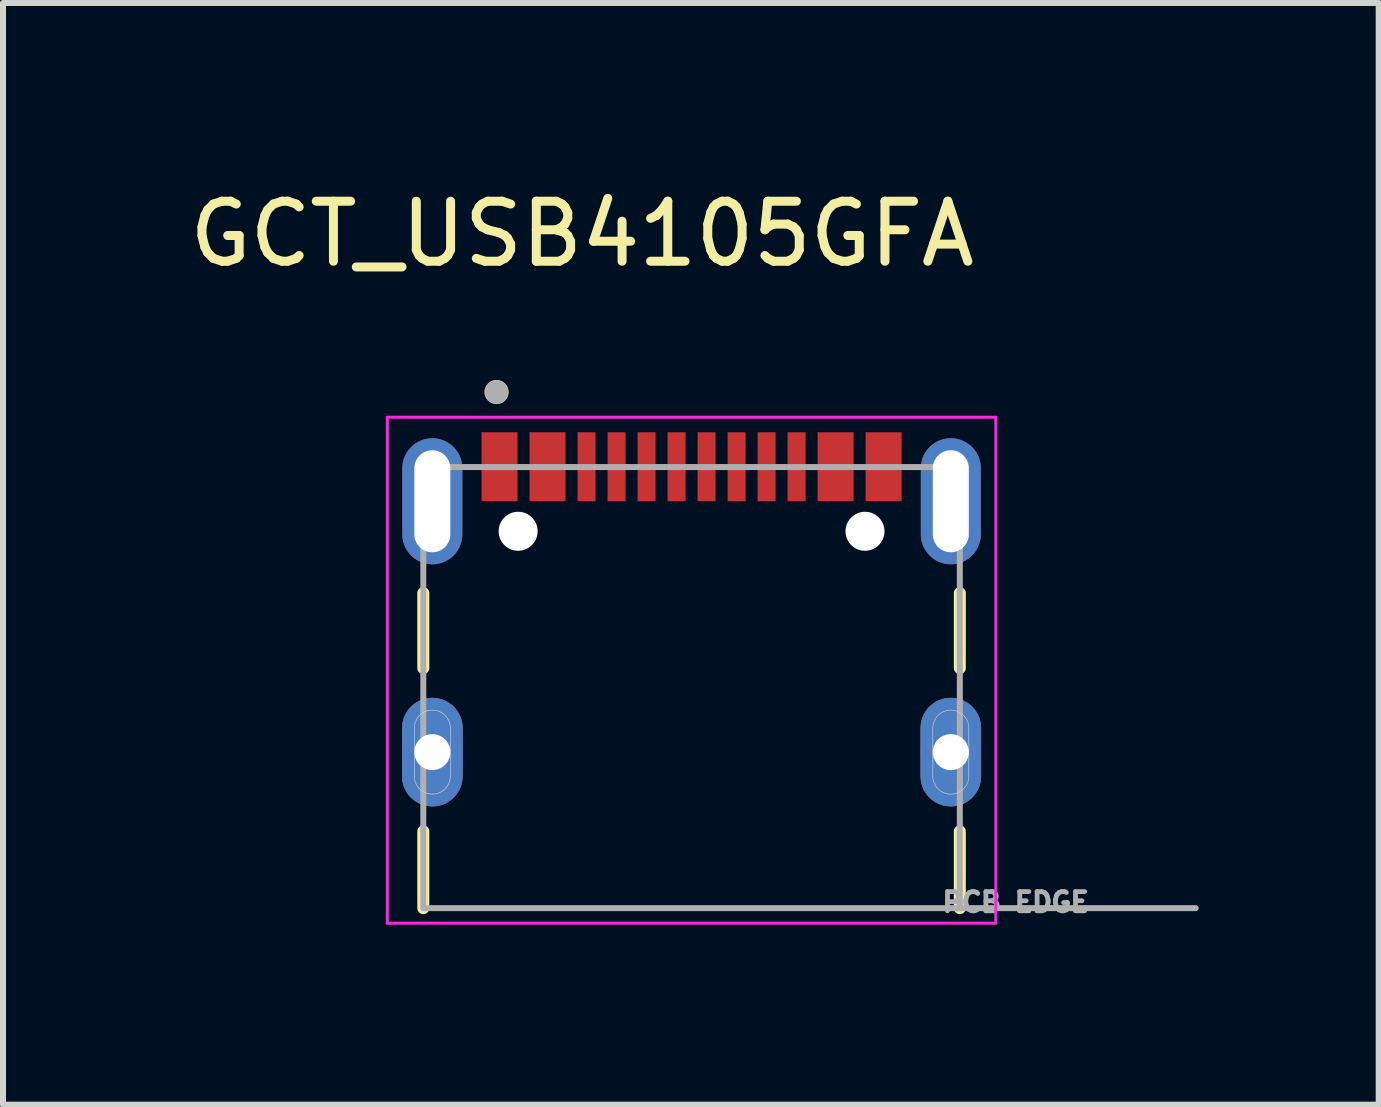
<source format=kicad_pcb>
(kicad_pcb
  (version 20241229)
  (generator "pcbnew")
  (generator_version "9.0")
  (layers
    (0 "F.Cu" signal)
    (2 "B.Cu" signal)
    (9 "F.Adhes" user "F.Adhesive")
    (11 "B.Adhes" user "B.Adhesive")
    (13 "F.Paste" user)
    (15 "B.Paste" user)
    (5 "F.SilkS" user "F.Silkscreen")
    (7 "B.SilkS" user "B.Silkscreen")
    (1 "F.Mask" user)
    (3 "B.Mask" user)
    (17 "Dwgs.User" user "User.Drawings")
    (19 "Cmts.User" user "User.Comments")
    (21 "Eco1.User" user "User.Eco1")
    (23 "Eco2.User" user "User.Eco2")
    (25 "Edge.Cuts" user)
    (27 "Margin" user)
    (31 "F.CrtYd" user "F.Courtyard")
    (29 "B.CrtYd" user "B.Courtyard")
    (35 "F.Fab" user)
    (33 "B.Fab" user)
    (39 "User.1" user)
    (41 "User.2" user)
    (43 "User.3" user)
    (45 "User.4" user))
  (footprint "GCT_USB4105GFA"
    (layer "F.Cu")
    (at 8.474 9.483)
    (property "Reference" "GCT_USB4105GFA" (at -1.825 -8.635 0) (layer "F.SilkS") (effects (font (size 1 1) (thickness 0.15))))
    (attr smd)
    (fp_poly (pts (xy -4.82 0) (xy -4.82 -0.4) (xy -4.819 -0.426) (xy -4.817 -0.452) (xy -4.814 -0.478) (xy -4.809 -0.504) (xy -4.803 -0.529) (xy -4.796 -0.555) (xy -4.787 -0.579) (xy -4.777 -0.603) (xy -4.766 -0.627) (xy -4.753 -0.65) (xy -4.739 -0.672) (xy -4.725 -0.694) (xy -4.709 -0.715) (xy -4.692 -0.735) (xy -4.674 -0.754) (xy -4.655 -0.772) (xy -4.635 -0.789) (xy -4.614 -0.805) (xy -4.592 -0.819) (xy -4.57 -0.833) (xy -4.547 -0.846) (xy -4.523 -0.857) (xy -4.499 -0.867) (xy -4.475 -0.876) (xy -4.449 -0.883) (xy -4.424 -0.889) (xy -4.398 -0.894) (xy -4.372 -0.897) (xy -4.346 -0.899) (xy -4.32 -0.9) (xy -4.294 -0.899) (xy -4.268 -0.897) (xy -4.242 -0.894) (xy -4.216 -0.889) (xy -4.191 -0.883) (xy -4.165 -0.876) (xy -4.141 -0.867) (xy -4.117 -0.857) (xy -4.093 -0.846) (xy -4.07 -0.833) (xy -4.048 -0.819) (xy -4.026 -0.805) (xy -4.005 -0.789) (xy -3.985 -0.772) (xy -3.966 -0.754) (xy -3.948 -0.735) (xy -3.931 -0.715) (xy -3.915 -0.694) (xy -3.901 -0.672) (xy -3.887 -0.65) (xy -3.874 -0.627) (xy -3.863 -0.603) (xy -3.853 -0.579) (xy -3.844 -0.555) (xy -3.837 -0.529) (xy -3.831 -0.504) (xy -3.826 -0.478) (xy -3.823 -0.452) (xy -3.821 -0.426) (xy -3.82 -0.4) (xy -3.82 0) (xy -3.82 0.4) (xy -3.821 0.426) (xy -3.823 0.452) (xy -3.826 0.478) (xy -3.831 0.504) (xy -3.837 0.529) (xy -3.844 0.555) (xy -3.853 0.579) (xy -3.863 0.603) (xy -3.874 0.627) (xy -3.887 0.65) (xy -3.901 0.672) (xy -3.915 0.694) (xy -3.931 0.715) (xy -3.948 0.735) (xy -3.966 0.754) (xy -3.985 0.772) (xy -4.005 0.789) (xy -4.026 0.805) (xy -4.048 0.819) (xy -4.07 0.833) (xy -4.093 0.846) (xy -4.117 0.857) (xy -4.141 0.867) (xy -4.165 0.876) (xy -4.191 0.883) (xy -4.216 0.889) (xy -4.242 0.894) (xy -4.268 0.897) (xy -4.294 0.899) (xy -4.32 0.9) (xy -4.346 0.899) (xy -4.372 0.897) (xy -4.398 0.894) (xy -4.424 0.889) (xy -4.449 0.883) (xy -4.475 0.876) (xy -4.499 0.867) (xy -4.523 0.857) (xy -4.547 0.846) (xy -4.57 0.833) (xy -4.592 0.819) (xy -4.614 0.805) (xy -4.635 0.789) (xy -4.655 0.772) (xy -4.674 0.754) (xy -4.692 0.735) (xy -4.709 0.715) (xy -4.725 0.694) (xy -4.739 0.672) (xy -4.753 0.65) (xy -4.766 0.627) (xy -4.777 0.603) (xy -4.787 0.579) (xy -4.796 0.555) (xy -4.803 0.529) (xy -4.809 0.504) (xy -4.814 0.478) (xy -4.817 0.452) (xy -4.819 0.426) (xy -4.82 0.4) (xy -4.82 0)) (stroke (width 0.01) (type solid)) (fill yes) (layer "F.Cu"))
    (fp_poly (pts (xy 3.82 0) (xy 3.82 -0.4) (xy 3.821 -0.426) (xy 3.823 -0.452) (xy 3.826 -0.478) (xy 3.831 -0.504) (xy 3.837 -0.529) (xy 3.844 -0.555) (xy 3.853 -0.579) (xy 3.863 -0.603) (xy 3.874 -0.627) (xy 3.887 -0.65) (xy 3.901 -0.672) (xy 3.915 -0.694) (xy 3.931 -0.715) (xy 3.948 -0.735) (xy 3.966 -0.754) (xy 3.985 -0.772) (xy 4.005 -0.789) (xy 4.026 -0.805) (xy 4.048 -0.819) (xy 4.07 -0.833) (xy 4.093 -0.846) (xy 4.117 -0.857) (xy 4.141 -0.867) (xy 4.165 -0.876) (xy 4.191 -0.883) (xy 4.216 -0.889) (xy 4.242 -0.894) (xy 4.268 -0.897) (xy 4.294 -0.899) (xy 4.32 -0.9) (xy 4.346 -0.899) (xy 4.372 -0.897) (xy 4.398 -0.894) (xy 4.424 -0.889) (xy 4.449 -0.883) (xy 4.475 -0.876) (xy 4.499 -0.867) (xy 4.523 -0.857) (xy 4.547 -0.846) (xy 4.57 -0.833) (xy 4.592 -0.819) (xy 4.614 -0.805) (xy 4.635 -0.789) (xy 4.655 -0.772) (xy 4.674 -0.754) (xy 4.692 -0.735) (xy 4.709 -0.715) (xy 4.725 -0.694) (xy 4.739 -0.672) (xy 4.753 -0.65) (xy 4.766 -0.627) (xy 4.777 -0.603) (xy 4.787 -0.579) (xy 4.796 -0.555) (xy 4.803 -0.529) (xy 4.809 -0.504) (xy 4.814 -0.478) (xy 4.817 -0.452) (xy 4.819 -0.426) (xy 4.82 -0.4) (xy 4.82 0) (xy 4.82 0.4) (xy 4.819 0.426) (xy 4.817 0.452) (xy 4.814 0.478) (xy 4.809 0.504) (xy 4.803 0.529) (xy 4.796 0.555) (xy 4.787 0.579) (xy 4.777 0.603) (xy 4.766 0.627) (xy 4.753 0.65) (xy 4.739 0.672) (xy 4.725 0.694) (xy 4.709 0.715) (xy 4.692 0.735) (xy 4.674 0.754) (xy 4.655 0.772) (xy 4.635 0.789) (xy 4.614 0.805) (xy 4.592 0.819) (xy 4.57 0.833) (xy 4.547 0.846) (xy 4.523 0.857) (xy 4.499 0.867) (xy 4.475 0.876) (xy 4.449 0.883) (xy 4.424 0.889) (xy 4.398 0.894) (xy 4.372 0.897) (xy 4.346 0.899) (xy 4.32 0.9) (xy 4.294 0.899) (xy 4.268 0.897) (xy 4.242 0.894) (xy 4.216 0.889) (xy 4.191 0.883) (xy 4.165 0.876) (xy 4.141 0.867) (xy 4.117 0.857) (xy 4.093 0.846) (xy 4.07 0.833) (xy 4.048 0.819) (xy 4.026 0.805) (xy 4.005 0.789) (xy 3.985 0.772) (xy 3.966 0.754) (xy 3.948 0.735) (xy 3.931 0.715) (xy 3.915 0.694) (xy 3.901 0.672) (xy 3.887 0.65) (xy 3.874 0.627) (xy 3.863 0.603) (xy 3.853 0.579) (xy 3.844 0.555) (xy 3.837 0.529) (xy 3.831 0.504) (xy 3.826 0.478) (xy 3.823 0.452) (xy 3.821 0.426) (xy 3.82 0.4) (xy 3.82 0)) (stroke (width 0.01) (type solid)) (fill yes) (layer "F.Cu"))
    (fp_poly (pts (xy -4.92 0) (xy -4.92 -0.4) (xy -4.919 -0.431) (xy -4.917 -0.463) (xy -4.913 -0.494) (xy -4.907 -0.525) (xy -4.9 -0.555) (xy -4.891 -0.585) (xy -4.88 -0.615) (xy -4.868 -0.644) (xy -4.855 -0.672) (xy -4.84 -0.7) (xy -4.823 -0.727) (xy -4.805 -0.753) (xy -4.786 -0.778) (xy -4.766 -0.801) (xy -4.744 -0.824) (xy -4.721 -0.846) (xy -4.698 -0.866) (xy -4.673 -0.885) (xy -4.647 -0.903) (xy -4.62 -0.92) (xy -4.592 -0.935) (xy -4.564 -0.948) (xy -4.535 -0.96) (xy -4.505 -0.971) (xy -4.475 -0.98) (xy -4.445 -0.987) (xy -4.414 -0.993) (xy -4.383 -0.997) (xy -4.351 -0.999) (xy -4.32 -1) (xy -4.289 -0.999) (xy -4.257 -0.997) (xy -4.226 -0.993) (xy -4.195 -0.987) (xy -4.165 -0.98) (xy -4.135 -0.971) (xy -4.105 -0.96) (xy -4.076 -0.948) (xy -4.048 -0.935) (xy -4.02 -0.92) (xy -3.993 -0.903) (xy -3.967 -0.885) (xy -3.942 -0.866) (xy -3.919 -0.846) (xy -3.896 -0.824) (xy -3.874 -0.801) (xy -3.854 -0.778) (xy -3.835 -0.753) (xy -3.817 -0.727) (xy -3.8 -0.7) (xy -3.785 -0.672) (xy -3.772 -0.644) (xy -3.76 -0.615) (xy -3.749 -0.585) (xy -3.74 -0.555) (xy -3.733 -0.525) (xy -3.727 -0.494) (xy -3.723 -0.463) (xy -3.721 -0.431) (xy -3.72 -0.4) (xy -3.72 0) (xy -3.72 0.4) (xy -3.721 0.431) (xy -3.723 0.463) (xy -3.727 0.494) (xy -3.733 0.525) (xy -3.74 0.555) (xy -3.749 0.585) (xy -3.76 0.615) (xy -3.772 0.644) (xy -3.785 0.672) (xy -3.8 0.7) (xy -3.817 0.727) (xy -3.835 0.753) (xy -3.854 0.778) (xy -3.874 0.801) (xy -3.896 0.824) (xy -3.919 0.846) (xy -3.942 0.866) (xy -3.967 0.885) (xy -3.993 0.903) (xy -4.02 0.92) (xy -4.048 0.935) (xy -4.076 0.948) (xy -4.105 0.96) (xy -4.135 0.971) (xy -4.165 0.98) (xy -4.195 0.987) (xy -4.226 0.993) (xy -4.257 0.997) (xy -4.289 0.999) (xy -4.32 1) (xy -4.351 0.999) (xy -4.383 0.997) (xy -4.414 0.993) (xy -4.445 0.987) (xy -4.475 0.98) (xy -4.505 0.971) (xy -4.535 0.96) (xy -4.564 0.948) (xy -4.592 0.935) (xy -4.62 0.92) (xy -4.647 0.903) (xy -4.673 0.885) (xy -4.698 0.866) (xy -4.721 0.846) (xy -4.744 0.824) (xy -4.766 0.801) (xy -4.786 0.778) (xy -4.805 0.753) (xy -4.823 0.727) (xy -4.84 0.7) (xy -4.855 0.672) (xy -4.868 0.644) (xy -4.88 0.615) (xy -4.891 0.585) (xy -4.9 0.555) (xy -4.907 0.525) (xy -4.913 0.494) (xy -4.917 0.463) (xy -4.919 0.431) (xy -4.92 0.4) (xy -4.92 0)) (stroke (width 0.01) (type solid)) (fill yes) (layer "F.Mask"))
    (fp_poly (pts (xy 3.72 0) (xy 3.72 -0.4) (xy 3.721 -0.431) (xy 3.723 -0.463) (xy 3.727 -0.494) (xy 3.733 -0.525) (xy 3.74 -0.555) (xy 3.749 -0.585) (xy 3.76 -0.615) (xy 3.772 -0.644) (xy 3.785 -0.672) (xy 3.8 -0.7) (xy 3.817 -0.727) (xy 3.835 -0.753) (xy 3.854 -0.778) (xy 3.874 -0.801) (xy 3.896 -0.824) (xy 3.919 -0.846) (xy 3.942 -0.866) (xy 3.967 -0.885) (xy 3.993 -0.903) (xy 4.02 -0.92) (xy 4.048 -0.935) (xy 4.076 -0.948) (xy 4.105 -0.96) (xy 4.135 -0.971) (xy 4.165 -0.98) (xy 4.195 -0.987) (xy 4.226 -0.993) (xy 4.257 -0.997) (xy 4.289 -0.999) (xy 4.32 -1) (xy 4.351 -0.999) (xy 4.383 -0.997) (xy 4.414 -0.993) (xy 4.445 -0.987) (xy 4.475 -0.98) (xy 4.505 -0.971) (xy 4.535 -0.96) (xy 4.564 -0.948) (xy 4.592 -0.935) (xy 4.62 -0.92) (xy 4.647 -0.903) (xy 4.673 -0.885) (xy 4.698 -0.866) (xy 4.721 -0.846) (xy 4.744 -0.824) (xy 4.766 -0.801) (xy 4.786 -0.778) (xy 4.805 -0.753) (xy 4.823 -0.727) (xy 4.84 -0.7) (xy 4.855 -0.672) (xy 4.868 -0.644) (xy 4.88 -0.615) (xy 4.891 -0.585) (xy 4.9 -0.555) (xy 4.907 -0.525) (xy 4.913 -0.494) (xy 4.917 -0.463) (xy 4.919 -0.431) (xy 4.92 -0.4) (xy 4.92 0) (xy 4.92 0.4) (xy 4.919 0.431) (xy 4.917 0.463) (xy 4.913 0.494) (xy 4.907 0.525) (xy 4.9 0.555) (xy 4.891 0.585) (xy 4.88 0.615) (xy 4.868 0.644) (xy 4.855 0.672) (xy 4.84 0.7) (xy 4.823 0.727) (xy 4.805 0.753) (xy 4.786 0.778) (xy 4.766 0.801) (xy 4.744 0.824) (xy 4.721 0.846) (xy 4.698 0.866) (xy 4.673 0.885) (xy 4.647 0.903) (xy 4.62 0.92) (xy 4.592 0.935) (xy 4.564 0.948) (xy 4.535 0.96) (xy 4.505 0.971) (xy 4.475 0.98) (xy 4.445 0.987) (xy 4.414 0.993) (xy 4.383 0.997) (xy 4.351 0.999) (xy 4.32 1) (xy 4.289 0.999) (xy 4.257 0.997) (xy 4.226 0.993) (xy 4.195 0.987) (xy 4.165 0.98) (xy 4.135 0.971) (xy 4.105 0.96) (xy 4.076 0.948) (xy 4.048 0.935) (xy 4.02 0.92) (xy 3.993 0.903) (xy 3.967 0.885) (xy 3.942 0.866) (xy 3.919 0.846) (xy 3.896 0.824) (xy 3.874 0.801) (xy 3.854 0.778) (xy 3.835 0.753) (xy 3.817 0.727) (xy 3.8 0.7) (xy 3.785 0.672) (xy 3.772 0.644) (xy 3.76 0.615) (xy 3.749 0.585) (xy 3.74 0.555) (xy 3.733 0.525) (xy 3.727 0.494) (xy 3.723 0.463) (xy 3.721 0.431) (xy 3.72 0.4) (xy 3.72 0)) (stroke (width 0.01) (type solid)) (fill yes) (layer "F.Mask"))
    (fp_poly (pts (xy -4.82 0) (xy -4.82 -0.4) (xy -4.819 -0.426) (xy -4.817 -0.452) (xy -4.814 -0.478) (xy -4.809 -0.504) (xy -4.803 -0.529) (xy -4.796 -0.555) (xy -4.787 -0.579) (xy -4.777 -0.603) (xy -4.766 -0.627) (xy -4.753 -0.65) (xy -4.739 -0.672) (xy -4.725 -0.694) (xy -4.709 -0.715) (xy -4.692 -0.735) (xy -4.674 -0.754) (xy -4.655 -0.772) (xy -4.635 -0.789) (xy -4.614 -0.805) (xy -4.592 -0.819) (xy -4.57 -0.833) (xy -4.547 -0.846) (xy -4.523 -0.857) (xy -4.499 -0.867) (xy -4.475 -0.876) (xy -4.449 -0.883) (xy -4.424 -0.889) (xy -4.398 -0.894) (xy -4.372 -0.897) (xy -4.346 -0.899) (xy -4.32 -0.9) (xy -4.294 -0.899) (xy -4.268 -0.897) (xy -4.242 -0.894) (xy -4.216 -0.889) (xy -4.191 -0.883) (xy -4.165 -0.876) (xy -4.141 -0.867) (xy -4.117 -0.857) (xy -4.093 -0.846) (xy -4.07 -0.833) (xy -4.048 -0.819) (xy -4.026 -0.805) (xy -4.005 -0.789) (xy -3.985 -0.772) (xy -3.966 -0.754) (xy -3.948 -0.735) (xy -3.931 -0.715) (xy -3.915 -0.694) (xy -3.901 -0.672) (xy -3.887 -0.65) (xy -3.874 -0.627) (xy -3.863 -0.603) (xy -3.853 -0.579) (xy -3.844 -0.555) (xy -3.837 -0.529) (xy -3.831 -0.504) (xy -3.826 -0.478) (xy -3.823 -0.452) (xy -3.821 -0.426) (xy -3.82 -0.4) (xy -3.82 0) (xy -3.82 0.4) (xy -3.821 0.426) (xy -3.823 0.452) (xy -3.826 0.478) (xy -3.831 0.504) (xy -3.837 0.529) (xy -3.844 0.555) (xy -3.853 0.579) (xy -3.863 0.603) (xy -3.874 0.627) (xy -3.887 0.65) (xy -3.901 0.672) (xy -3.915 0.694) (xy -3.931 0.715) (xy -3.948 0.735) (xy -3.966 0.754) (xy -3.985 0.772) (xy -4.005 0.789) (xy -4.026 0.805) (xy -4.048 0.819) (xy -4.07 0.833) (xy -4.093 0.846) (xy -4.117 0.857) (xy -4.141 0.867) (xy -4.165 0.876) (xy -4.191 0.883) (xy -4.216 0.889) (xy -4.242 0.894) (xy -4.268 0.897) (xy -4.294 0.899) (xy -4.32 0.9) (xy -4.346 0.899) (xy -4.372 0.897) (xy -4.398 0.894) (xy -4.424 0.889) (xy -4.449 0.883) (xy -4.475 0.876) (xy -4.499 0.867) (xy -4.523 0.857) (xy -4.547 0.846) (xy -4.57 0.833) (xy -4.592 0.819) (xy -4.614 0.805) (xy -4.635 0.789) (xy -4.655 0.772) (xy -4.674 0.754) (xy -4.692 0.735) (xy -4.709 0.715) (xy -4.725 0.694) (xy -4.739 0.672) (xy -4.753 0.65) (xy -4.766 0.627) (xy -4.777 0.603) (xy -4.787 0.579) (xy -4.796 0.555) (xy -4.803 0.529) (xy -4.809 0.504) (xy -4.814 0.478) (xy -4.817 0.452) (xy -4.819 0.426) (xy -4.82 0.4) (xy -4.82 0)) (stroke (width 0.01) (type solid)) (fill yes) (layer "B.Cu"))
    (fp_poly (pts (xy 3.82 0) (xy 3.82 -0.4) (xy 3.821 -0.426) (xy 3.823 -0.452) (xy 3.826 -0.478) (xy 3.831 -0.504) (xy 3.837 -0.529) (xy 3.844 -0.555) (xy 3.853 -0.579) (xy 3.863 -0.603) (xy 3.874 -0.627) (xy 3.887 -0.65) (xy 3.901 -0.672) (xy 3.915 -0.694) (xy 3.931 -0.715) (xy 3.948 -0.735) (xy 3.966 -0.754) (xy 3.985 -0.772) (xy 4.005 -0.789) (xy 4.026 -0.805) (xy 4.048 -0.819) (xy 4.07 -0.833) (xy 4.093 -0.846) (xy 4.117 -0.857) (xy 4.141 -0.867) (xy 4.165 -0.876) (xy 4.191 -0.883) (xy 4.216 -0.889) (xy 4.242 -0.894) (xy 4.268 -0.897) (xy 4.294 -0.899) (xy 4.32 -0.9) (xy 4.346 -0.899) (xy 4.372 -0.897) (xy 4.398 -0.894) (xy 4.424 -0.889) (xy 4.449 -0.883) (xy 4.475 -0.876) (xy 4.499 -0.867) (xy 4.523 -0.857) (xy 4.547 -0.846) (xy 4.57 -0.833) (xy 4.592 -0.819) (xy 4.614 -0.805) (xy 4.635 -0.789) (xy 4.655 -0.772) (xy 4.674 -0.754) (xy 4.692 -0.735) (xy 4.709 -0.715) (xy 4.725 -0.694) (xy 4.739 -0.672) (xy 4.753 -0.65) (xy 4.766 -0.627) (xy 4.777 -0.603) (xy 4.787 -0.579) (xy 4.796 -0.555) (xy 4.803 -0.529) (xy 4.809 -0.504) (xy 4.814 -0.478) (xy 4.817 -0.452) (xy 4.819 -0.426) (xy 4.82 -0.4) (xy 4.82 0) (xy 4.82 0.4) (xy 4.819 0.426) (xy 4.817 0.452) (xy 4.814 0.478) (xy 4.809 0.504) (xy 4.803 0.529) (xy 4.796 0.555) (xy 4.787 0.579) (xy 4.777 0.603) (xy 4.766 0.627) (xy 4.753 0.65) (xy 4.739 0.672) (xy 4.725 0.694) (xy 4.709 0.715) (xy 4.692 0.735) (xy 4.674 0.754) (xy 4.655 0.772) (xy 4.635 0.789) (xy 4.614 0.805) (xy 4.592 0.819) (xy 4.57 0.833) (xy 4.547 0.846) (xy 4.523 0.857) (xy 4.499 0.867) (xy 4.475 0.876) (xy 4.449 0.883) (xy 4.424 0.889) (xy 4.398 0.894) (xy 4.372 0.897) (xy 4.346 0.899) (xy 4.32 0.9) (xy 4.294 0.899) (xy 4.268 0.897) (xy 4.242 0.894) (xy 4.216 0.889) (xy 4.191 0.883) (xy 4.165 0.876) (xy 4.141 0.867) (xy 4.117 0.857) (xy 4.093 0.846) (xy 4.07 0.833) (xy 4.048 0.819) (xy 4.026 0.805) (xy 4.005 0.789) (xy 3.985 0.772) (xy 3.966 0.754) (xy 3.948 0.735) (xy 3.931 0.715) (xy 3.915 0.694) (xy 3.901 0.672) (xy 3.887 0.65) (xy 3.874 0.627) (xy 3.863 0.603) (xy 3.853 0.579) (xy 3.844 0.555) (xy 3.837 0.529) (xy 3.831 0.504) (xy 3.826 0.478) (xy 3.823 0.452) (xy 3.821 0.426) (xy 3.82 0.4) (xy 3.82 0)) (stroke (width 0.01) (type solid)) (fill yes) (layer "B.Cu"))
    (fp_poly (pts (xy -4.92 0) (xy -4.92 -0.4) (xy -4.919 -0.431) (xy -4.917 -0.463) (xy -4.913 -0.494) (xy -4.907 -0.525) (xy -4.9 -0.555) (xy -4.891 -0.585) (xy -4.88 -0.615) (xy -4.868 -0.644) (xy -4.855 -0.672) (xy -4.84 -0.7) (xy -4.823 -0.727) (xy -4.805 -0.753) (xy -4.786 -0.778) (xy -4.766 -0.801) (xy -4.744 -0.824) (xy -4.721 -0.846) (xy -4.698 -0.866) (xy -4.673 -0.885) (xy -4.647 -0.903) (xy -4.62 -0.92) (xy -4.592 -0.935) (xy -4.564 -0.948) (xy -4.535 -0.96) (xy -4.505 -0.971) (xy -4.475 -0.98) (xy -4.445 -0.987) (xy -4.414 -0.993) (xy -4.383 -0.997) (xy -4.351 -0.999) (xy -4.32 -1) (xy -4.289 -0.999) (xy -4.257 -0.997) (xy -4.226 -0.993) (xy -4.195 -0.987) (xy -4.165 -0.98) (xy -4.135 -0.971) (xy -4.105 -0.96) (xy -4.076 -0.948) (xy -4.048 -0.935) (xy -4.02 -0.92) (xy -3.993 -0.903) (xy -3.967 -0.885) (xy -3.942 -0.866) (xy -3.919 -0.846) (xy -3.896 -0.824) (xy -3.874 -0.801) (xy -3.854 -0.778) (xy -3.835 -0.753) (xy -3.817 -0.727) (xy -3.8 -0.7) (xy -3.785 -0.672) (xy -3.772 -0.644) (xy -3.76 -0.615) (xy -3.749 -0.585) (xy -3.74 -0.555) (xy -3.733 -0.525) (xy -3.727 -0.494) (xy -3.723 -0.463) (xy -3.721 -0.431) (xy -3.72 -0.4) (xy -3.72 0) (xy -3.72 0.4) (xy -3.721 0.431) (xy -3.723 0.463) (xy -3.727 0.494) (xy -3.733 0.525) (xy -3.74 0.555) (xy -3.749 0.585) (xy -3.76 0.615) (xy -3.772 0.644) (xy -3.785 0.672) (xy -3.8 0.7) (xy -3.817 0.727) (xy -3.835 0.753) (xy -3.854 0.778) (xy -3.874 0.801) (xy -3.896 0.824) (xy -3.919 0.846) (xy -3.942 0.866) (xy -3.967 0.885) (xy -3.993 0.903) (xy -4.02 0.92) (xy -4.048 0.935) (xy -4.076 0.948) (xy -4.105 0.96) (xy -4.135 0.971) (xy -4.165 0.98) (xy -4.195 0.987) (xy -4.226 0.993) (xy -4.257 0.997) (xy -4.289 0.999) (xy -4.32 1) (xy -4.351 0.999) (xy -4.383 0.997) (xy -4.414 0.993) (xy -4.445 0.987) (xy -4.475 0.98) (xy -4.505 0.971) (xy -4.535 0.96) (xy -4.564 0.948) (xy -4.592 0.935) (xy -4.62 0.92) (xy -4.647 0.903) (xy -4.673 0.885) (xy -4.698 0.866) (xy -4.721 0.846) (xy -4.744 0.824) (xy -4.766 0.801) (xy -4.786 0.778) (xy -4.805 0.753) (xy -4.823 0.727) (xy -4.84 0.7) (xy -4.855 0.672) (xy -4.868 0.644) (xy -4.88 0.615) (xy -4.891 0.585) (xy -4.9 0.555) (xy -4.907 0.525) (xy -4.913 0.494) (xy -4.917 0.463) (xy -4.919 0.431) (xy -4.92 0.4) (xy -4.92 0)) (stroke (width 0.01) (type solid)) (fill yes) (layer "B.Mask"))
    (fp_poly (pts (xy 3.72 0) (xy 3.72 -0.4) (xy 3.721 -0.431) (xy 3.723 -0.463) (xy 3.727 -0.494) (xy 3.733 -0.525) (xy 3.74 -0.555) (xy 3.749 -0.585) (xy 3.76 -0.615) (xy 3.772 -0.644) (xy 3.785 -0.672) (xy 3.8 -0.7) (xy 3.817 -0.727) (xy 3.835 -0.753) (xy 3.854 -0.778) (xy 3.874 -0.801) (xy 3.896 -0.824) (xy 3.919 -0.846) (xy 3.942 -0.866) (xy 3.967 -0.885) (xy 3.993 -0.903) (xy 4.02 -0.92) (xy 4.048 -0.935) (xy 4.076 -0.948) (xy 4.105 -0.96) (xy 4.135 -0.971) (xy 4.165 -0.98) (xy 4.195 -0.987) (xy 4.226 -0.993) (xy 4.257 -0.997) (xy 4.289 -0.999) (xy 4.32 -1) (xy 4.351 -0.999) (xy 4.383 -0.997) (xy 4.414 -0.993) (xy 4.445 -0.987) (xy 4.475 -0.98) (xy 4.505 -0.971) (xy 4.535 -0.96) (xy 4.564 -0.948) (xy 4.592 -0.935) (xy 4.62 -0.92) (xy 4.647 -0.903) (xy 4.673 -0.885) (xy 4.698 -0.866) (xy 4.721 -0.846) (xy 4.744 -0.824) (xy 4.766 -0.801) (xy 4.786 -0.778) (xy 4.805 -0.753) (xy 4.823 -0.727) (xy 4.84 -0.7) (xy 4.855 -0.672) (xy 4.868 -0.644) (xy 4.88 -0.615) (xy 4.891 -0.585) (xy 4.9 -0.555) (xy 4.907 -0.525) (xy 4.913 -0.494) (xy 4.917 -0.463) (xy 4.919 -0.431) (xy 4.92 -0.4) (xy 4.92 0) (xy 4.92 0.4) (xy 4.919 0.431) (xy 4.917 0.463) (xy 4.913 0.494) (xy 4.907 0.525) (xy 4.9 0.555) (xy 4.891 0.585) (xy 4.88 0.615) (xy 4.868 0.644) (xy 4.855 0.672) (xy 4.84 0.7) (xy 4.823 0.727) (xy 4.805 0.753) (xy 4.786 0.778) (xy 4.766 0.801) (xy 4.744 0.824) (xy 4.721 0.846) (xy 4.698 0.866) (xy 4.673 0.885) (xy 4.647 0.903) (xy 4.62 0.92) (xy 4.592 0.935) (xy 4.564 0.948) (xy 4.535 0.96) (xy 4.505 0.971) (xy 4.475 0.98) (xy 4.445 0.987) (xy 4.414 0.993) (xy 4.383 0.997) (xy 4.351 0.999) (xy 4.32 1) (xy 4.289 0.999) (xy 4.257 0.997) (xy 4.226 0.993) (xy 4.195 0.987) (xy 4.165 0.98) (xy 4.135 0.971) (xy 4.105 0.96) (xy 4.076 0.948) (xy 4.048 0.935) (xy 4.02 0.92) (xy 3.993 0.903) (xy 3.967 0.885) (xy 3.942 0.866) (xy 3.919 0.846) (xy 3.896 0.824) (xy 3.874 0.801) (xy 3.854 0.778) (xy 3.835 0.753) (xy 3.817 0.727) (xy 3.8 0.7) (xy 3.785 0.672) (xy 3.772 0.644) (xy 3.76 0.615) (xy 3.749 0.585) (xy 3.74 0.555) (xy 3.733 0.525) (xy 3.727 0.494) (xy 3.723 0.463) (xy 3.721 0.431) (xy 3.72 0.4) (xy 3.72 0)) (stroke (width 0.01) (type solid)) (fill yes) (layer "B.Mask"))
    (fp_line (start -4.47 -2.65) (end -4.47 -1.4) (stroke (width 0.2) (type solid)) (layer "F.SilkS"))
    (fp_line (start -4.47 1.32) (end -4.47 2.6) (stroke (width 0.2) (type solid)) (layer "F.SilkS"))
    (fp_line (start 4.47 -2.65) (end 4.47 -1.4) (stroke (width 0.2) (type solid)) (layer "F.SilkS"))
    (fp_line (start 4.47 2.6) (end 4.47 1.32) (stroke (width 0.2) (type solid)) (layer "F.SilkS"))
    (fp_circle (center -3.25 -6) (end -3.15 -6) (stroke (width 0.2) (type solid)) (fill no) (layer "F.SilkS"))
    (fp_line (start -4.62 0.4) (end -4.62 -0.4) (stroke (width 0.01) (type solid)) (layer "Edge.Cuts"))
    (fp_line (start -4.02 -0.4) (end -4.02 0.4) (stroke (width 0.01) (type solid)) (layer "Edge.Cuts"))
    (fp_line (start 4.02 0.4) (end 4.02 -0.4) (stroke (width 0.01) (type solid)) (layer "Edge.Cuts"))
    (fp_line (start 4.62 -0.4) (end 4.62 0.4) (stroke (width 0.01) (type solid)) (layer "Edge.Cuts"))
    (fp_arc (start -4.62 -0.4) (mid -4.532132 -0.612132) (end -4.32 -0.7) (stroke (width 0.01) (type solid)) (layer "Edge.Cuts"))
    (fp_arc (start -4.32 -0.7) (mid -4.107868 -0.612132) (end -4.02 -0.4) (stroke (width 0.01) (type solid)) (layer "Edge.Cuts"))
    (fp_arc (start -4.32 0.7) (mid -4.532132 0.612132) (end -4.62 0.4) (stroke (width 0.01) (type solid)) (layer "Edge.Cuts"))
    (fp_arc (start -4.02 0.4) (mid -4.107868 0.612132) (end -4.32 0.7) (stroke (width 0.01) (type solid)) (layer "Edge.Cuts"))
    (fp_arc (start 4.02 -0.4) (mid 4.107868 -0.612132) (end 4.32 -0.7) (stroke (width 0.01) (type solid)) (layer "Edge.Cuts"))
    (fp_arc (start 4.32 -0.7) (mid 4.532132 -0.612132) (end 4.62 -0.4) (stroke (width 0.01) (type solid)) (layer "Edge.Cuts"))
    (fp_arc (start 4.32 0.7) (mid 4.107868 0.612132) (end 4.02 0.4) (stroke (width 0.01) (type solid)) (layer "Edge.Cuts"))
    (fp_arc (start 4.62 0.4) (mid 4.532132 0.612132) (end 4.32 0.7) (stroke (width 0.01) (type solid)) (layer "Edge.Cuts"))
    (fp_line (start -5.07 -5.58) (end -5.07 2.85) (stroke (width 0.05) (type solid)) (layer "F.CrtYd"))
    (fp_line (start -5.07 2.85) (end 5.07 2.85) (stroke (width 0.05) (type solid)) (layer "F.CrtYd"))
    (fp_line (start 5.07 -5.58) (end -5.07 -5.58) (stroke (width 0.05) (type solid)) (layer "F.CrtYd"))
    (fp_line (start 5.07 2.85) (end 5.07 -5.58) (stroke (width 0.05) (type solid)) (layer "F.CrtYd"))
    (fp_line (start -4.47 -4.75) (end 4.47 -4.75) (stroke (width 0.1) (type solid)) (layer "F.Fab"))
    (fp_line (start -4.47 2.6) (end -4.47 -4.75) (stroke (width 0.1) (type solid)) (layer "F.Fab"))
    (fp_line (start 4.47 -4.75) (end 4.47 2.6) (stroke (width 0.1) (type solid)) (layer "F.Fab"))
    (fp_line (start 4.47 2.6) (end -4.47 2.6) (stroke (width 0.1) (type solid)) (layer "F.Fab"))
    (fp_line (start 4.47 2.6) (end 8.4 2.6) (stroke (width 0.1) (type solid)) (layer "F.Fab"))
    (fp_circle (center -3.25 -6) (end -3.15 -6) (stroke (width 0.2) (type solid)) (fill no) (layer "F.Fab"))
    (fp_text user "PCB EDGE" (at 5.4 2.5 0) (layer "F.Fab") (effects (font (size 0.32 0.32) (thickness 0.15))))
    (pad "" np_thru_hole circle (at -2.89 -3.68) (size 0.65 0.65) (drill 0.65) (layers "*.Cu" "*.Mask"))
    (pad "" np_thru_hole circle (at 2.89 -3.68) (size 0.65 0.65) (drill 0.65) (layers "*.Cu" "*.Mask"))
    (pad "A1_B12" smd rect (at -3.2 -4.755) (size 0.6 1.15) (layers "F.Cu" "F.Mask" "F.Paste"))
    (pad "A4_B9" smd rect (at -2.4 -4.755) (size 0.6 1.15) (layers "F.Cu" "F.Mask" "F.Paste"))
    (pad "A5" smd rect (at -1.25 -4.755) (size 0.3 1.15) (layers "F.Cu" "F.Mask" "F.Paste"))
    (pad "A6" smd rect (at -0.25 -4.755) (size 0.3 1.15) (layers "F.Cu" "F.Mask" "F.Paste"))
    (pad "A7" smd rect (at 0.25 -4.755) (size 0.3 1.15) (layers "F.Cu" "F.Mask" "F.Paste"))
    (pad "A8" smd rect (at 1.25 -4.755) (size 0.3 1.15) (layers "F.Cu" "F.Mask" "F.Paste"))
    (pad "B1_A12" smd rect (at 3.2 -4.755) (size 0.6 1.15) (layers "F.Cu" "F.Mask" "F.Paste"))
    (pad "B4_A9" smd rect (at 2.4 -4.755) (size 0.6 1.15) (layers "F.Cu" "F.Mask" "F.Paste"))
    (pad "B5" smd rect (at 1.75 -4.755) (size 0.3 1.15) (layers "F.Cu" "F.Mask" "F.Paste"))
    (pad "B6" smd rect (at 0.75 -4.755) (size 0.3 1.15) (layers "F.Cu" "F.Mask" "F.Paste"))
    (pad "B7" smd rect (at -0.75 -4.755) (size 0.3 1.15) (layers "F.Cu" "F.Mask" "F.Paste"))
    (pad "B8" smd rect (at -1.75 -4.755) (size 0.3 1.15) (layers "F.Cu" "F.Mask" "F.Paste"))
    (pad "SH1" thru_hole oval (at -4.32 -4.18) (size 1 2.1) (drill oval 0.6 1.7) (layers "*.Cu" "*.Mask"))
    (pad "SH2" thru_hole oval (at 4.32 -4.18) (size 1 2.1) (drill oval 0.6 1.7) (layers "*.Cu" "*.Mask"))
    (pad "SH3" thru_hole circle (at -4.32 0) (size 1 1) (drill 0.6) (layers "*.Cu"))
    (pad "SH4" thru_hole circle (at 4.32 0) (size 1 1) (drill 0.6) (layers "*.Cu")))
  (gr_rect
    (start -3 -3)
    (end 19.924 15.358)
    (stroke (width 0.1) (type default))
    (fill no)
    (layer "Edge.Cuts")))
</source>
